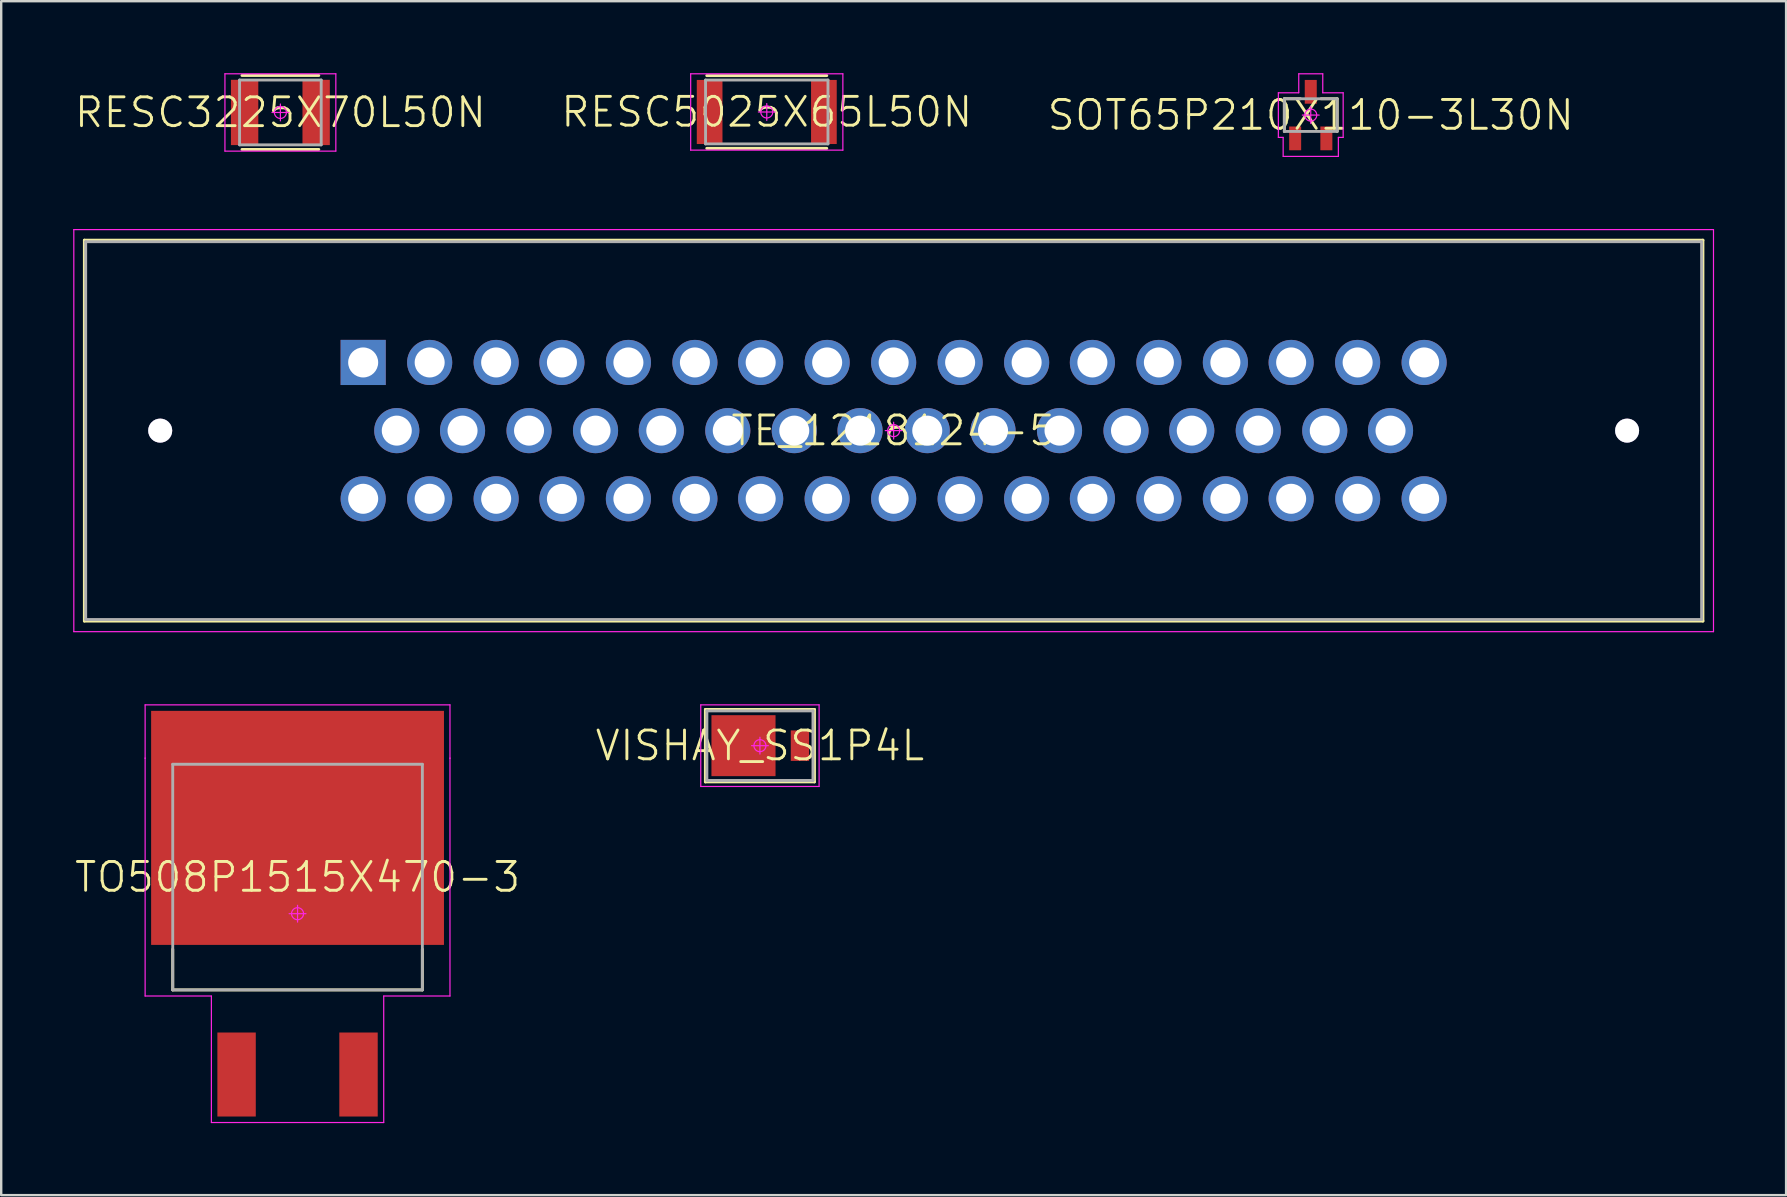
<source format=kicad_pcb>
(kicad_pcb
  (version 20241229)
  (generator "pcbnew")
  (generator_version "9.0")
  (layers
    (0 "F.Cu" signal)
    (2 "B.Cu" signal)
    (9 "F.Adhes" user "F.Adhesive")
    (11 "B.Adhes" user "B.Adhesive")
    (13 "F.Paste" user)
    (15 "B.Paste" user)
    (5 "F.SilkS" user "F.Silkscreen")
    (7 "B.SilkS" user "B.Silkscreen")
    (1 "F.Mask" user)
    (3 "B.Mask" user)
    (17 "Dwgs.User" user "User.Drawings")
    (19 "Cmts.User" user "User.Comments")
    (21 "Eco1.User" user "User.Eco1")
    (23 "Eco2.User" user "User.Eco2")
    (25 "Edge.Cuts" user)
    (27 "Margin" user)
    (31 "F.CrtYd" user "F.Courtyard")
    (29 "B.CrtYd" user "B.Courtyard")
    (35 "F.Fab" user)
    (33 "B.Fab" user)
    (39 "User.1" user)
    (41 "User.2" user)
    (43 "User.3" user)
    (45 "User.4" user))
  (footprint "TE_1218124-5"
    (layer "F.Cu")
    (at 34.18 14.89)
    (property "Reference" "TE_1218124-5" (at 0 0 0) (layer "F.SilkS") (effects (font (size 1.2 1.2) (thickness 0.12))))
    (attr through_hole)
    (fp_line (start -33.715 -7.934) (end 33.715 -7.934) (stroke (width 0.12) (type solid)) (layer "F.SilkS"))
    (fp_line (start -33.715 7.934) (end -33.715 -7.934) (stroke (width 0.12) (type solid)) (layer "F.SilkS"))
    (fp_line (start 33.715 -7.934) (end 33.715 7.934) (stroke (width 0.12) (type solid)) (layer "F.SilkS"))
    (fp_line (start 33.715 7.934) (end -33.715 7.934) (stroke (width 0.12) (type solid)) (layer "F.SilkS"))
    (fp_line (start -34.155 -8.375) (end 34.155 -8.375) (stroke (width 0.05) (type solid)) (layer "F.CrtYd"))
    (fp_line (start -34.155 8.375) (end -34.155 -8.375) (stroke (width 0.05) (type solid)) (layer "F.CrtYd"))
    (fp_line (start 0 -0.35) (end 0 0.35) (stroke (width 0.05) (type solid)) (layer "F.CrtYd"))
    (fp_line (start 0.35 0) (end -0.35 0) (stroke (width 0.05) (type solid)) (layer "F.CrtYd"))
    (fp_line (start 34.155 -8.375) (end 34.155 8.375) (stroke (width 0.05) (type solid)) (layer "F.CrtYd"))
    (fp_line (start 34.155 8.375) (end -34.155 8.375) (stroke (width 0.05) (type solid)) (layer "F.CrtYd"))
    (fp_circle (center 0 0) (end 0 0.25) (stroke (width 0.05) (type solid)) (fill no) (layer "F.CrtYd"))
    (fp_line (start -33.66 -7.87) (end 33.66 -7.87) (stroke (width 0.12) (type solid)) (layer "F.Fab"))
    (fp_line (start -33.66 7.87) (end -33.66 -7.87) (stroke (width 0.12) (type solid)) (layer "F.Fab"))
    (fp_line (start 33.66 -7.87) (end 33.66 7.87) (stroke (width 0.12) (type solid)) (layer "F.Fab"))
    (fp_line (start 33.66 7.87) (end -33.66 7.87) (stroke (width 0.12) (type solid)) (layer "F.Fab"))
    (pad "1" thru_hole rect (at -22.1 -2.84) (size 1.88 1.88) (drill 1.25) (layers "*.Cu" "*.Mask"))
    (pad "2" thru_hole circle (at -19.33 -2.84) (size 1.88 1.88) (drill 1.25) (layers "*.Cu" "*.Mask"))
    (pad "3" thru_hole circle (at -16.56 -2.84) (size 1.88 1.88) (drill 1.25) (layers "*.Cu" "*.Mask"))
    (pad "4" thru_hole circle (at -13.82 -2.84) (size 1.88 1.88) (drill 1.25) (layers "*.Cu" "*.Mask"))
    (pad "5" thru_hole circle (at -11.05 -2.84) (size 1.88 1.88) (drill 1.25) (layers "*.Cu" "*.Mask"))
    (pad "6" thru_hole circle (at -8.28 -2.84) (size 1.88 1.88) (drill 1.25) (layers "*.Cu" "*.Mask"))
    (pad "7" thru_hole circle (at -5.54 -2.84) (size 1.88 1.88) (drill 1.25) (layers "*.Cu" "*.Mask"))
    (pad "8" thru_hole circle (at -2.77 -2.84) (size 1.88 1.88) (drill 1.25) (layers "*.Cu" "*.Mask"))
    (pad "9" thru_hole circle (at 0 -2.84) (size 1.88 1.88) (drill 1.25) (layers "*.Cu" "*.Mask"))
    (pad "10" thru_hole circle (at 2.77 -2.84) (size 1.88 1.88) (drill 1.25) (layers "*.Cu" "*.Mask"))
    (pad "11" thru_hole circle (at 5.54 -2.84) (size 1.88 1.88) (drill 1.25) (layers "*.Cu" "*.Mask"))
    (pad "12" thru_hole circle (at 8.28 -2.84) (size 1.88 1.88) (drill 1.25) (layers "*.Cu" "*.Mask"))
    (pad "13" thru_hole circle (at 11.05 -2.84) (size 1.88 1.88) (drill 1.25) (layers "*.Cu" "*.Mask"))
    (pad "14" thru_hole circle (at 13.82 -2.84) (size 1.88 1.88) (drill 1.25) (layers "*.Cu" "*.Mask"))
    (pad "15" thru_hole circle (at 16.56 -2.84) (size 1.88 1.88) (drill 1.25) (layers "*.Cu" "*.Mask"))
    (pad "16" thru_hole circle (at 19.33 -2.84) (size 1.88 1.88) (drill 1.25) (layers "*.Cu" "*.Mask"))
    (pad "17" thru_hole circle (at 22.1 -2.84) (size 1.88 1.88) (drill 1.25) (layers "*.Cu" "*.Mask"))
    (pad "18" thru_hole circle (at -20.7 0) (size 1.88 1.88) (drill 1.25) (layers "*.Cu" "*.Mask"))
    (pad "19" thru_hole circle (at -17.96 0) (size 1.88 1.88) (drill 1.25) (layers "*.Cu" "*.Mask"))
    (pad "20" thru_hole circle (at -15.19 0) (size 1.88 1.88) (drill 1.25) (layers "*.Cu" "*.Mask"))
    (pad "21" thru_hole circle (at -12.42 0) (size 1.88 1.88) (drill 1.25) (layers "*.Cu" "*.Mask"))
    (pad "22" thru_hole circle (at -9.68 0) (size 1.88 1.88) (drill 1.25) (layers "*.Cu" "*.Mask"))
    (pad "23" thru_hole circle (at -6.91 0) (size 1.88 1.88) (drill 1.25) (layers "*.Cu" "*.Mask"))
    (pad "24" thru_hole circle (at -4.14 0) (size 1.88 1.88) (drill 1.25) (layers "*.Cu" "*.Mask"))
    (pad "25" thru_hole circle (at -1.4 0) (size 1.88 1.88) (drill 1.25) (layers "*.Cu" "*.Mask"))
    (pad "26" thru_hole circle (at 1.4 0) (size 1.88 1.88) (drill 1.25) (layers "*.Cu" "*.Mask"))
    (pad "27" thru_hole circle (at 4.14 0) (size 1.88 1.88) (drill 1.25) (layers "*.Cu" "*.Mask"))
    (pad "28" thru_hole circle (at 6.91 0) (size 1.88 1.88) (drill 1.25) (layers "*.Cu" "*.Mask"))
    (pad "29" thru_hole circle (at 9.68 0) (size 1.88 1.88) (drill 1.25) (layers "*.Cu" "*.Mask"))
    (pad "30" thru_hole circle (at 12.42 0) (size 1.88 1.88) (drill 1.25) (layers "*.Cu" "*.Mask"))
    (pad "31" thru_hole circle (at 15.19 0) (size 1.88 1.88) (drill 1.25) (layers "*.Cu" "*.Mask"))
    (pad "32" thru_hole circle (at 17.96 0) (size 1.88 1.88) (drill 1.25) (layers "*.Cu" "*.Mask"))
    (pad "33" thru_hole circle (at 20.7 0) (size 1.88 1.88) (drill 1.25) (layers "*.Cu" "*.Mask"))
    (pad "34" thru_hole circle (at -22.1 2.84) (size 1.88 1.88) (drill 1.25) (layers "*.Cu" "*.Mask"))
    (pad "35" thru_hole circle (at -19.33 2.84) (size 1.88 1.88) (drill 1.25) (layers "*.Cu" "*.Mask"))
    (pad "36" thru_hole circle (at -16.56 2.84) (size 1.88 1.88) (drill 1.25) (layers "*.Cu" "*.Mask"))
    (pad "37" thru_hole circle (at -13.82 2.845) (size 1.88 1.88) (drill 1.25) (layers "*.Cu" "*.Mask"))
    (pad "38" thru_hole circle (at -11.05 2.84) (size 1.88 1.88) (drill 1.25) (layers "*.Cu" "*.Mask"))
    (pad "39" thru_hole circle (at -8.28 2.84) (size 1.88 1.88) (drill 1.25) (layers "*.Cu" "*.Mask"))
    (pad "40" thru_hole circle (at -5.54 2.84) (size 1.88 1.88) (drill 1.25) (layers "*.Cu" "*.Mask"))
    (pad "41" thru_hole circle (at -2.77 2.84) (size 1.88 1.88) (drill 1.25) (layers "*.Cu" "*.Mask"))
    (pad "42" thru_hole circle (at 0 2.84) (size 1.88 1.88) (drill 1.25) (layers "*.Cu" "*.Mask"))
    (pad "43" thru_hole circle (at 2.77 2.845) (size 1.88 1.88) (drill 1.25) (layers "*.Cu" "*.Mask"))
    (pad "44" thru_hole circle (at 5.54 2.84) (size 1.88 1.88) (drill 1.25) (layers "*.Cu" "*.Mask"))
    (pad "45" thru_hole circle (at 8.28 2.84) (size 1.88 1.88) (drill 1.25) (layers "*.Cu" "*.Mask"))
    (pad "46" thru_hole circle (at 11.05 2.84) (size 1.88 1.88) (drill 1.25) (layers "*.Cu" "*.Mask"))
    (pad "47" thru_hole circle (at 13.82 2.84) (size 1.88 1.88) (drill 1.25) (layers "*.Cu" "*.Mask"))
    (pad "48" thru_hole circle (at 16.56 2.84) (size 1.88 1.88) (drill 1.25) (layers "*.Cu" "*.Mask"))
    (pad "49" thru_hole circle (at 19.33 2.84) (size 1.88 1.88) (drill 1.25) (layers "*.Cu" "*.Mask"))
    (pad "50" thru_hole circle (at 22.1 2.84) (size 1.88 1.88) (drill 1.25) (layers "*.Cu" "*.Mask"))
    (pad "51" thru_hole circle (at -30.556 0) (size 1 1) (drill 3.25) (layers "*.Cu" "*.Mask"))
    (pad "52" thru_hole circle (at 30.556 0) (size 1 1) (drill 3.25) (layers "*.Cu" "*.Mask")))
  (footprint "SOT65P210X110-3L30N"
    (layer "F.Cu")
    (at 51.557 1.745)
    (property "Reference" "SOT65P210X110-3L30N" (at 0 0 0) (layer "F.SilkS") (effects (font (size 1.2 1.2) (thickness 0.12))))
    (attr smd)
    (fp_line (start -1.1 -0.68) (end -0.43 -0.68) (stroke (width 0.12) (type solid)) (layer "F.SilkS"))
    (fp_line (start -1.1 0.68) (end -1.1 -0.68) (stroke (width 0.12) (type solid)) (layer "F.SilkS"))
    (fp_line (start 1.1 -0.68) (end 0.43 -0.68) (stroke (width 0.12) (type solid)) (layer "F.SilkS"))
    (fp_line (start 1.1 0.68) (end 1.1 -0.68) (stroke (width 0.12) (type solid)) (layer "F.SilkS"))
    (fp_line (start -1.35 -0.93) (end -1.35 0.93) (stroke (width 0.05) (type solid)) (layer "F.CrtYd"))
    (fp_line (start -1.35 0.93) (end -1.15 0.93) (stroke (width 0.05) (type solid)) (layer "F.CrtYd"))
    (fp_line (start -1.15 0.93) (end -1.15 1.72) (stroke (width 0.05) (type solid)) (layer "F.CrtYd"))
    (fp_line (start -1.15 1.72) (end 1.15 1.72) (stroke (width 0.05) (type solid)) (layer "F.CrtYd"))
    (fp_line (start -0.5 -1.72) (end -0.5 -0.93) (stroke (width 0.05) (type solid)) (layer "F.CrtYd"))
    (fp_line (start -0.5 -0.93) (end -1.35 -0.93) (stroke (width 0.05) (type solid)) (layer "F.CrtYd"))
    (fp_line (start -0.35 0) (end 0.35 0) (stroke (width 0.05) (type solid)) (layer "F.CrtYd"))
    (fp_line (start 0 -0.35) (end 0 0.35) (stroke (width 0.05) (type solid)) (layer "F.CrtYd"))
    (fp_line (start 0.5 -1.72) (end -0.5 -1.72) (stroke (width 0.05) (type solid)) (layer "F.CrtYd"))
    (fp_line (start 0.5 -0.93) (end 0.5 -1.72) (stroke (width 0.05) (type solid)) (layer "F.CrtYd"))
    (fp_line (start 1.15 0.93) (end 1.35 0.93) (stroke (width 0.05) (type solid)) (layer "F.CrtYd"))
    (fp_line (start 1.15 1.72) (end 1.15 0.93) (stroke (width 0.05) (type solid)) (layer "F.CrtYd"))
    (fp_line (start 1.35 -0.93) (end 0.5 -0.93) (stroke (width 0.05) (type solid)) (layer "F.CrtYd"))
    (fp_line (start 1.35 0.93) (end 1.35 -0.93) (stroke (width 0.05) (type solid)) (layer "F.CrtYd"))
    (fp_circle (center 0 0) (end 0 0.25) (stroke (width 0.05) (type solid)) (fill no) (layer "F.CrtYd"))
    (fp_line (start -1.1 -0.68) (end 1.1 -0.68) (stroke (width 0.12) (type solid)) (layer "F.Fab"))
    (fp_line (start -1.1 0.68) (end -1.1 -0.68) (stroke (width 0.12) (type solid)) (layer "F.Fab"))
    (fp_line (start 1.1 -0.68) (end 1.1 0.68) (stroke (width 0.12) (type solid)) (layer "F.Fab"))
    (fp_line (start 1.1 0.68) (end -1.1 0.68) (stroke (width 0.12) (type solid)) (layer "F.Fab"))
    (pad "1" smd rect (at -0.65 0.97 90) (size 0.99 0.5) (layers "F.Cu" "F.Mask" "F.Paste"))
    (pad "2" smd rect (at 0.65 0.97 90) (size 0.99 0.5) (layers "F.Cu" "F.Mask" "F.Paste"))
    (pad "3" smd rect (at 0 -0.97 90) (size 0.99 0.5) (layers "F.Cu" "F.Mask" "F.Paste")))
  (footprint "VISHAY_SS1P4L"
    (layer "F.Cu")
    (at 28.609 28.015)
    (property "Reference" "VISHAY_SS1P4L" (at 0 0 0) (layer "F.SilkS") (effects (font (size 1.2 1.2) (thickness 0.12))))
    (attr smd)
    (fp_line (start -2.273 -1.51) (end 2.273 -1.51) (stroke (width 0.12) (type solid)) (layer "F.SilkS"))
    (fp_line (start -2.273 1.51) (end -2.273 -1.51) (stroke (width 0.12) (type solid)) (layer "F.SilkS"))
    (fp_line (start 2.273 -1.51) (end 2.273 1.51) (stroke (width 0.12) (type solid)) (layer "F.SilkS"))
    (fp_line (start 2.273 1.51) (end -2.273 1.51) (stroke (width 0.12) (type solid)) (layer "F.SilkS"))
    (fp_line (start -2.465 -1.7) (end 2.465 -1.7) (stroke (width 0.05) (type solid)) (layer "F.CrtYd"))
    (fp_line (start -2.465 1.7) (end -2.465 -1.7) (stroke (width 0.05) (type solid)) (layer "F.CrtYd"))
    (fp_line (start 0 -0.35) (end 0 0.35) (stroke (width 0.05) (type solid)) (layer "F.CrtYd"))
    (fp_line (start 0.35 0) (end -0.35 0) (stroke (width 0.05) (type solid)) (layer "F.CrtYd"))
    (fp_line (start 2.465 -1.7) (end 2.465 1.7) (stroke (width 0.05) (type solid)) (layer "F.CrtYd"))
    (fp_line (start 2.465 1.7) (end -2.465 1.7) (stroke (width 0.05) (type solid)) (layer "F.CrtYd"))
    (fp_circle (center 0 0) (end 0 0.25) (stroke (width 0.05) (type solid)) (fill no) (layer "F.CrtYd"))
    (fp_line (start -2.21 -1.45) (end 2.21 -1.45) (stroke (width 0.12) (type solid)) (layer "F.Fab"))
    (fp_line (start -2.21 1.45) (end -2.21 -1.45) (stroke (width 0.12) (type solid)) (layer "F.Fab"))
    (fp_line (start 2.21 -1.45) (end 2.21 1.45) (stroke (width 0.12) (type solid)) (layer "F.Fab"))
    (fp_line (start 2.21 1.45) (end -2.21 1.45) (stroke (width 0.12) (type solid)) (layer "F.Fab"))
    (pad "1" smd rect (at -0.685 0) (size 2.67 2.54) (layers "F.Cu" "F.Mask" "F.Paste"))
    (pad "2" smd rect (at 1.666 0) (size 0.762 1.27) (layers "F.Cu" "F.Mask" "F.Paste")))
  (footprint "RESC5025X65L50N"
    (layer "F.Cu")
    (at 28.894 1.615)
    (property "Reference" "RESC5025X65L50N" (at 0 0 0) (layer "F.SilkS") (effects (font (size 1.2 1.2) (thickness 0.12))))
    (attr smd)
    (fp_line (start 2.5 -1.515) (end -2.5 -1.515) (stroke (width 0.12) (type solid)) (layer "F.SilkS"))
    (fp_line (start 2.5 1.515) (end -2.5 1.515) (stroke (width 0.12) (type solid)) (layer "F.SilkS"))
    (fp_line (start -3.17 -1.59) (end 3.17 -1.59) (stroke (width 0.05) (type solid)) (layer "F.CrtYd"))
    (fp_line (start -3.17 1.59) (end -3.17 -1.59) (stroke (width 0.05) (type solid)) (layer "F.CrtYd"))
    (fp_line (start 0 -0.35) (end 0 0.35) (stroke (width 0.05) (type solid)) (layer "F.CrtYd"))
    (fp_line (start 0.35 0) (end -0.35 0) (stroke (width 0.05) (type solid)) (layer "F.CrtYd"))
    (fp_line (start 3.17 -1.59) (end 3.17 1.59) (stroke (width 0.05) (type solid)) (layer "F.CrtYd"))
    (fp_line (start 3.17 1.59) (end -3.17 1.59) (stroke (width 0.05) (type solid)) (layer "F.CrtYd"))
    (fp_circle (center 0 0) (end 0 0.25) (stroke (width 0.05) (type solid)) (fill no) (layer "F.CrtYd"))
    (fp_line (start -2.55 -1.33) (end 2.55 -1.33) (stroke (width 0.12) (type solid)) (layer "F.Fab"))
    (fp_line (start -2.55 1.33) (end -2.55 -1.33) (stroke (width 0.12) (type solid)) (layer "F.Fab"))
    (fp_line (start 2.55 -1.33) (end 2.55 1.33) (stroke (width 0.12) (type solid)) (layer "F.Fab"))
    (fp_line (start 2.55 1.33) (end -2.55 1.33) (stroke (width 0.12) (type solid)) (layer "F.Fab"))
    (pad "1" smd rect (at -2.38 0) (size 1.07 2.67) (layers "F.Cu" "F.Mask" "F.Paste"))
    (pad "2" smd rect (at 2.38 0) (size 1.07 2.67) (layers "F.Cu" "F.Mask" "F.Paste")))
  (footprint "TO508P1515X470-3"
    (layer "F.Cu")
    (at 9.346 35.015)
    (property "Reference" "TO508P1515X470-3" (at 0 -1.525 0) (layer "F.SilkS") (effects (font (size 1.2 1.2) (thickness 0.12))))
    (attr smd)
    (fp_line (start -5.2 3.175) (end -5.2 1.48) (stroke (width 0.12) (type solid)) (layer "F.SilkS"))
    (fp_line (start 5.2 1.48) (end 5.2 3.175) (stroke (width 0.12) (type solid)) (layer "F.SilkS"))
    (fp_line (start 5.2 3.175) (end -5.2 3.175) (stroke (width 0.12) (type solid)) (layer "F.SilkS"))
    (fp_line (start -6.35 -8.7) (end -6.35 -6.48) (stroke (width 0.05) (type solid)) (layer "F.CrtYd"))
    (fp_line (start -6.35 -6.48) (end -6.35 -6.48) (stroke (width 0.05) (type solid)) (layer "F.CrtYd"))
    (fp_line (start -6.35 -6.48) (end -6.35 3.43) (stroke (width 0.05) (type solid)) (layer "F.CrtYd"))
    (fp_line (start -6.35 3.43) (end -3.59 3.43) (stroke (width 0.05) (type solid)) (layer "F.CrtYd"))
    (fp_line (start -3.59 3.43) (end -3.59 8.7) (stroke (width 0.05) (type solid)) (layer "F.CrtYd"))
    (fp_line (start -3.59 8.7) (end 3.59 8.7) (stroke (width 0.05) (type solid)) (layer "F.CrtYd"))
    (fp_line (start -0.35 0) (end 0.35 0) (stroke (width 0.05) (type solid)) (layer "F.CrtYd"))
    (fp_line (start 0 -0.35) (end 0 0.35) (stroke (width 0.05) (type solid)) (layer "F.CrtYd"))
    (fp_line (start 3.59 3.43) (end 6.35 3.43) (stroke (width 0.05) (type solid)) (layer "F.CrtYd"))
    (fp_line (start 3.59 8.7) (end 3.59 3.43) (stroke (width 0.05) (type solid)) (layer "F.CrtYd"))
    (fp_line (start 6.35 -8.7) (end -6.35 -8.7) (stroke (width 0.05) (type solid)) (layer "F.CrtYd"))
    (fp_line (start 6.35 -6.48) (end 6.35 -8.7) (stroke (width 0.05) (type solid)) (layer "F.CrtYd"))
    (fp_line (start 6.35 -6.48) (end 6.35 -6.48) (stroke (width 0.05) (type solid)) (layer "F.CrtYd"))
    (fp_line (start 6.35 3.43) (end 6.35 -6.48) (stroke (width 0.05) (type solid)) (layer "F.CrtYd"))
    (fp_circle (center 0 0) (end 0 0.25) (stroke (width 0.05) (type solid)) (fill no) (layer "F.CrtYd"))
    (fp_line (start -5.2 -6.225) (end 5.2 -6.225) (stroke (width 0.12) (type solid)) (layer "F.Fab"))
    (fp_line (start -5.2 3.175) (end -5.2 -6.225) (stroke (width 0.12) (type solid)) (layer "F.Fab"))
    (fp_line (start 5.2 -6.225) (end 5.2 3.175) (stroke (width 0.12) (type solid)) (layer "F.Fab"))
    (fp_line (start 5.2 3.175) (end -5.2 3.175) (stroke (width 0.12) (type solid)) (layer "F.Fab"))
    (pad "1" smd rect (at -2.54 6.7 90) (size 3.5 1.6) (layers "F.Cu" "F.Mask" "F.Paste"))
    (pad "2" smd rect (at 2.54 6.7 90) (size 3.5 1.6) (layers "F.Cu" "F.Mask" "F.Paste"))
    (pad "3" smd rect (at 0 -3.575 90) (size 9.75 12.2) (layers "F.Cu" "F.Mask")))
  (footprint "RESC3225X70L50N"
    (layer "F.Cu")
    (at 8.631 1.635)
    (property "Reference" "RESC3225X70L50N" (at 0 0 0) (layer "F.SilkS") (effects (font (size 1.2 1.2) (thickness 0.12))))
    (attr smd)
    (fp_line (start 1.6 -1.54) (end -1.6 -1.54) (stroke (width 0.12) (type solid)) (layer "F.SilkS"))
    (fp_line (start 1.6 1.54) (end -1.6 1.54) (stroke (width 0.12) (type solid)) (layer "F.SilkS"))
    (fp_line (start -2.31 -1.61) (end 2.31 -1.61) (stroke (width 0.05) (type solid)) (layer "F.CrtYd"))
    (fp_line (start -2.31 1.61) (end -2.31 -1.61) (stroke (width 0.05) (type solid)) (layer "F.CrtYd"))
    (fp_line (start 0 -0.35) (end 0 0.35) (stroke (width 0.05) (type solid)) (layer "F.CrtYd"))
    (fp_line (start 0.35 0) (end -0.35 0) (stroke (width 0.05) (type solid)) (layer "F.CrtYd"))
    (fp_line (start 2.31 -1.61) (end 2.31 1.61) (stroke (width 0.05) (type solid)) (layer "F.CrtYd"))
    (fp_line (start 2.31 1.61) (end -2.31 1.61) (stroke (width 0.05) (type solid)) (layer "F.CrtYd"))
    (fp_circle (center 0 0) (end 0 0.25) (stroke (width 0.05) (type solid)) (fill no) (layer "F.CrtYd"))
    (fp_line (start -1.7 -1.35) (end 1.7 -1.35) (stroke (width 0.12) (type solid)) (layer "F.Fab"))
    (fp_line (start -1.7 1.35) (end -1.7 -1.35) (stroke (width 0.12) (type solid)) (layer "F.Fab"))
    (fp_line (start 1.7 -1.35) (end 1.7 1.35) (stroke (width 0.12) (type solid)) (layer "F.Fab"))
    (fp_line (start 1.7 1.35) (end -1.7 1.35) (stroke (width 0.12) (type solid)) (layer "F.Fab"))
    (pad "1" smd rect (at -1.49 0) (size 1.14 2.72) (layers "F.Cu" "F.Mask" "F.Paste"))
    (pad "2" smd rect (at 1.49 0) (size 1.14 2.72) (layers "F.Cu" "F.Mask" "F.Paste")))
  (gr_rect
    (start -3 -3)
    (end 71.36 46.74)
    (stroke (width 0.1) (type default))
    (fill no)
    (layer "Edge.Cuts")))
</source>
